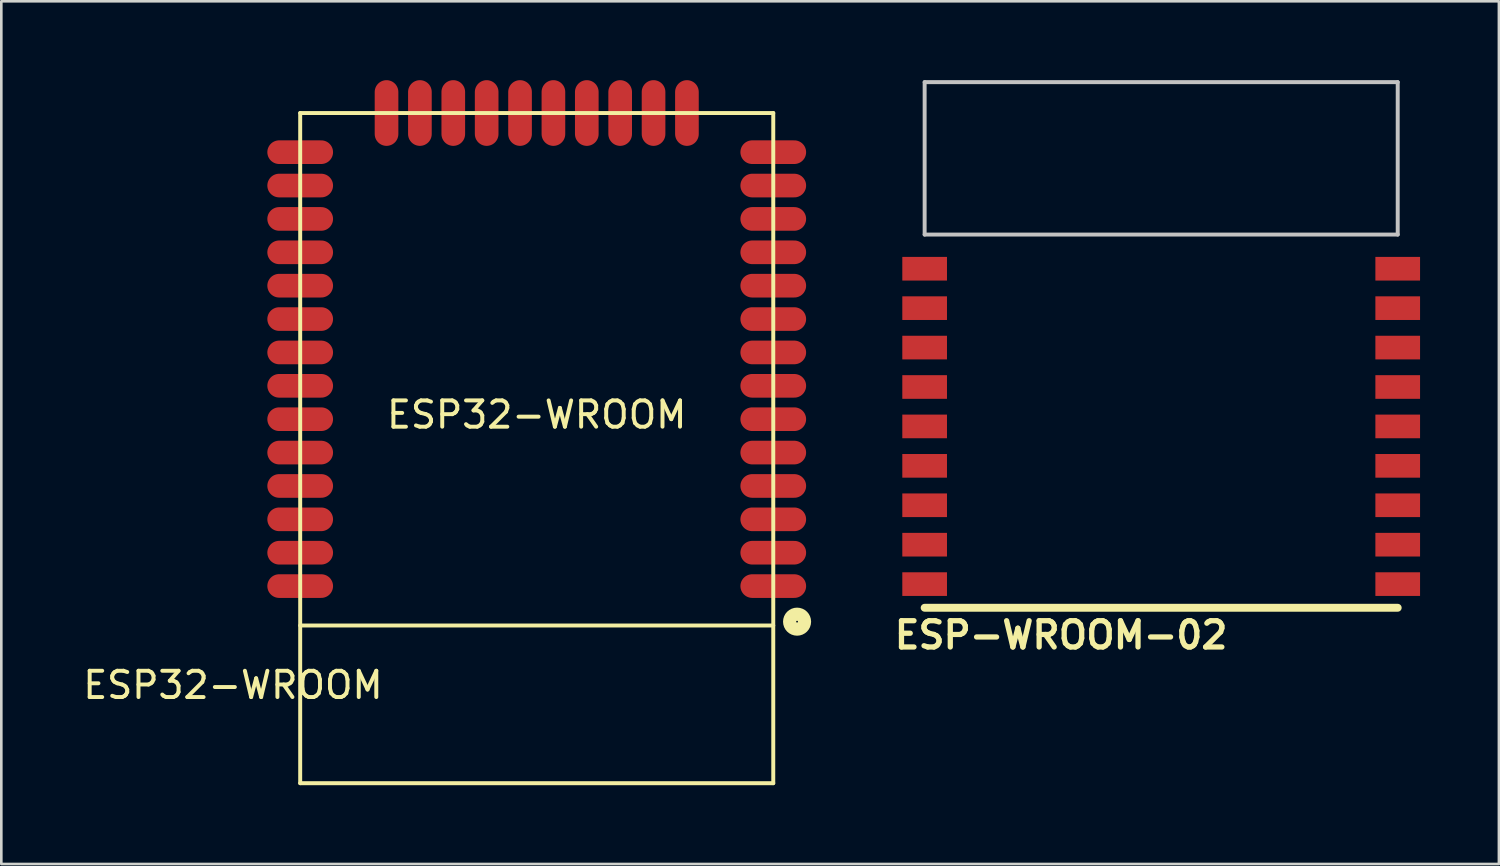
<source format=kicad_pcb>
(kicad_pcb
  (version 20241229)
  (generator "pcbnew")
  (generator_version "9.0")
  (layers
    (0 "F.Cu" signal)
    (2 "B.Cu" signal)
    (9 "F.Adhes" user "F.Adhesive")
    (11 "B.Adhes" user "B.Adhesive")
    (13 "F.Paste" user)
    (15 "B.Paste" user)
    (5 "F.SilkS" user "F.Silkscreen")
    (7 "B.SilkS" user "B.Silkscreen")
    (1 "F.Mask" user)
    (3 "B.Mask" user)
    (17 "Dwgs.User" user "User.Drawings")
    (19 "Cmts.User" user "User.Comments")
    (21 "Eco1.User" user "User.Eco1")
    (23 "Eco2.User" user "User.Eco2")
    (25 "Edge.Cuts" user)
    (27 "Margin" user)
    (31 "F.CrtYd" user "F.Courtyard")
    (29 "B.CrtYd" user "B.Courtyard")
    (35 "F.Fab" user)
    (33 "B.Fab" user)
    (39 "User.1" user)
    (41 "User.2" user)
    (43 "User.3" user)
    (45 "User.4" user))
  (footprint "ESP-WROOM-02"
    (placed yes)
    (layer "F.Cu")
    (at 41.132 5.875)
    (property "Reference" "ESP-WROOM-02" (at -3.81 15.24 0) (layer "F.SilkS") (effects (font (size 1 1) (thickness 0.2))))
    (attr through_hole)
    (fp_line (start -9 14.2) (end 9 14.2) (stroke (width 0.3) (type solid)) (layer "F.SilkS"))
    (fp_line (start -9 -5.8) (end -9 0) (stroke (width 0.15) (type solid)) (layer "Dwgs.User"))
    (fp_line (start -9 0) (end 9 0) (stroke (width 0.15) (type solid)) (layer "Dwgs.User"))
    (fp_line (start 9 -5.8) (end -9 -5.8) (stroke (width 0.15) (type solid)) (layer "Dwgs.User"))
    (fp_line (start 9 0) (end 9 -5.8) (stroke (width 0.15) (type solid)) (layer "Dwgs.User"))
    (pad "1" smd rect (at -9 1.3) (size 1.7 0.9) (layers "F.Cu" "F.Mask" "F.Paste"))
    (pad "2" smd rect (at -9 2.8) (size 1.7 0.9) (layers "F.Cu" "F.Mask" "F.Paste"))
    (pad "3" smd rect (at -9 4.3) (size 1.7 0.9) (layers "F.Cu" "F.Mask" "F.Paste"))
    (pad "4" smd rect (at -9 5.8) (size 1.7 0.9) (layers "F.Cu" "F.Mask" "F.Paste"))
    (pad "5" smd rect (at -9 7.3) (size 1.7 0.9) (layers "F.Cu" "F.Mask" "F.Paste"))
    (pad "6" smd rect (at -9 8.8) (size 1.7 0.9) (layers "F.Cu" "F.Mask" "F.Paste"))
    (pad "7" smd rect (at -9 10.3) (size 1.7 0.9) (layers "F.Cu" "F.Mask" "F.Paste"))
    (pad "8" smd rect (at -9 11.8) (size 1.7 0.9) (layers "F.Cu" "F.Mask" "F.Paste"))
    (pad "9" smd rect (at -9 13.3) (size 1.7 0.9) (layers "F.Cu" "F.Mask" "F.Paste"))
    (pad "10" smd rect (at 9 13.3) (size 1.7 0.9) (layers "F.Cu" "F.Mask" "F.Paste"))
    (pad "11" smd rect (at 9 11.8) (size 1.7 0.9) (layers "F.Cu" "F.Mask" "F.Paste"))
    (pad "12" smd rect (at 9 10.3) (size 1.7 0.9) (layers "F.Cu" "F.Mask" "F.Paste"))
    (pad "13" smd rect (at 9 8.8) (size 1.7 0.9) (layers "F.Cu" "F.Mask" "F.Paste"))
    (pad "14" smd rect (at 9 7.3) (size 1.7 0.9) (layers "F.Cu" "F.Mask" "F.Paste"))
    (pad "15" smd rect (at 9 5.8) (size 1.7 0.9) (layers "F.Cu" "F.Mask" "F.Paste"))
    (pad "16" smd rect (at 9 4.3) (size 1.7 0.9) (layers "F.Cu" "F.Mask" "F.Paste"))
    (pad "17" smd rect (at 9 2.8) (size 1.7 0.9) (layers "F.Cu" "F.Mask" "F.Paste"))
    (pad "18" smd rect (at 9 1.3) (size 1.7 0.9) (layers "F.Cu" "F.Mask" "F.Paste")))
  (footprint "ESP32-WROOM"
    (layer "F.Cu")
    (at 17.372 14)
    (property "Reference" "ESP32-WROOM" (at -11.557 9.017 0) (layer "F.SilkS") (effects (font (size 1 1) (thickness 0.15))))
    (attr through_hole)
    (fp_line (start -9 -12.75) (end 9 -12.75) (stroke (width 0.15) (type solid)) (layer "F.SilkS"))
    (fp_line (start -9 6.75) (end 9 6.75) (stroke (width 0.15) (type solid)) (layer "F.SilkS"))
    (fp_line (start -9 12.75) (end -9 -12.75) (stroke (width 0.15) (type solid)) (layer "F.SilkS"))
    (fp_line (start -9 12.75) (end 9 12.75) (stroke (width 0.15) (type solid)) (layer "F.SilkS"))
    (fp_line (start 9 12.75) (end 9 -12.75) (stroke (width 0.15) (type solid)) (layer "F.SilkS"))
    (fp_circle (center 9.906 6.604) (end 10.033 6.858) (stroke (width 0.5) (type solid)) (fill no) (layer "F.SilkS"))
    (fp_text user "ESP32-WROOM" (at 0 -1.27 180) (layer "F.SilkS") (effects (font (size 1 1) (thickness 0.15))))
    (pad "1" smd oval (at 9 5.25) (size 2.5 0.9) (layers "F.Cu" "F.Mask" "F.Paste"))
    (pad "2" smd oval (at 9 3.98) (size 2.5 0.9) (layers "F.Cu" "F.Mask" "F.Paste"))
    (pad "3" smd oval (at 9 2.71) (size 2.5 0.9) (layers "F.Cu" "F.Mask" "F.Paste"))
    (pad "4" smd oval (at 9 1.44) (size 2.5 0.9) (layers "F.Cu" "F.Mask" "F.Paste"))
    (pad "5" smd oval (at 9 0.17) (size 2.5 0.9) (layers "F.Cu" "F.Mask" "F.Paste"))
    (pad "6" smd oval (at 9 -1.1) (size 2.5 0.9) (layers "F.Cu" "F.Mask" "F.Paste"))
    (pad "7" smd oval (at 9 -2.37) (size 2.5 0.9) (layers "F.Cu" "F.Mask" "F.Paste"))
    (pad "8" smd oval (at 9 -3.64) (size 2.5 0.9) (layers "F.Cu" "F.Mask" "F.Paste"))
    (pad "9" smd oval (at 9 -4.91) (size 2.5 0.9) (layers "F.Cu" "F.Mask" "F.Paste"))
    (pad "10" smd oval (at 9 -6.18) (size 2.5 0.9) (layers "F.Cu" "F.Mask" "F.Paste"))
    (pad "11" smd oval (at 9 -7.45) (size 2.5 0.9) (layers "F.Cu" "F.Mask" "F.Paste"))
    (pad "12" smd oval (at 9 -8.72) (size 2.5 0.9) (layers "F.Cu" "F.Mask" "F.Paste"))
    (pad "13" smd oval (at 9 -9.99) (size 2.5 0.9) (layers "F.Cu" "F.Mask" "F.Paste"))
    (pad "14" smd oval (at 9 -11.26) (size 2.5 0.9) (layers "F.Cu" "F.Mask" "F.Paste"))
    (pad "15" smd oval (at 5.715 -12.75) (size 0.9 2.5) (layers "F.Cu" "F.Mask" "F.Paste"))
    (pad "16" smd oval (at 4.445 -12.75) (size 0.9 2.5) (layers "F.Cu" "F.Mask" "F.Paste"))
    (pad "17" smd oval (at 3.175 -12.75) (size 0.9 2.5) (layers "F.Cu" "F.Mask" "F.Paste"))
    (pad "18" smd oval (at 1.905 -12.75) (size 0.9 2.5) (layers "F.Cu" "F.Mask" "F.Paste"))
    (pad "19" smd oval (at 0.635 -12.75) (size 0.9 2.5) (layers "F.Cu" "F.Mask" "F.Paste"))
    (pad "20" smd oval (at -0.635 -12.75) (size 0.9 2.5) (layers "F.Cu" "F.Mask" "F.Paste"))
    (pad "21" smd oval (at -1.905 -12.75) (size 0.9 2.5) (layers "F.Cu" "F.Mask" "F.Paste"))
    (pad "22" smd oval (at -3.175 -12.75) (size 0.9 2.5) (layers "F.Cu" "F.Mask" "F.Paste"))
    (pad "23" smd oval (at -4.445 -12.75) (size 0.9 2.5) (layers "F.Cu" "F.Mask" "F.Paste"))
    (pad "24" smd oval (at -5.715 -12.75) (size 0.9 2.5) (layers "F.Cu" "F.Mask" "F.Paste"))
    (pad "25" smd oval (at -9 -11.26) (size 2.5 0.9) (layers "F.Cu" "F.Mask" "F.Paste"))
    (pad "26" smd oval (at -9 -9.99) (size 2.5 0.9) (layers "F.Cu" "F.Mask" "F.Paste"))
    (pad "27" smd oval (at -9 -8.72) (size 2.5 0.9) (layers "F.Cu" "F.Mask" "F.Paste"))
    (pad "28" smd oval (at -9 -7.45) (size 2.5 0.9) (layers "F.Cu" "F.Mask" "F.Paste"))
    (pad "29" smd oval (at -9 -6.18) (size 2.5 0.9) (layers "F.Cu" "F.Mask" "F.Paste"))
    (pad "30" smd oval (at -9 -4.91) (size 2.5 0.9) (layers "F.Cu" "F.Mask" "F.Paste"))
    (pad "31" smd oval (at -9 -3.64) (size 2.5 0.9) (layers "F.Cu" "F.Mask" "F.Paste"))
    (pad "32" smd oval (at -9 -2.37) (size 2.5 0.9) (layers "F.Cu" "F.Mask" "F.Paste"))
    (pad "33" smd oval (at -9 -1.1) (size 2.5 0.9) (layers "F.Cu" "F.Mask" "F.Paste"))
    (pad "34" smd oval (at -9 0.17) (size 2.5 0.9) (layers "F.Cu" "F.Mask" "F.Paste"))
    (pad "35" smd oval (at -9 1.44) (size 2.5 0.9) (layers "F.Cu" "F.Mask" "F.Paste"))
    (pad "36" smd oval (at -9 2.71) (size 2.5 0.9) (layers "F.Cu" "F.Mask" "F.Paste"))
    (pad "37" smd oval (at -9 3.98) (size 2.5 0.9) (layers "F.Cu" "F.Mask" "F.Paste"))
    (pad "38" smd oval (at -9 5.25) (size 2.5 0.9) (layers "F.Cu" "F.Mask" "F.Paste")))
  (gr_rect
    (start -3 -3)
    (end 53.982 29.825)
    (stroke (width 0.1) (type default))
    (fill no)
    (layer "Edge.Cuts")))
</source>
